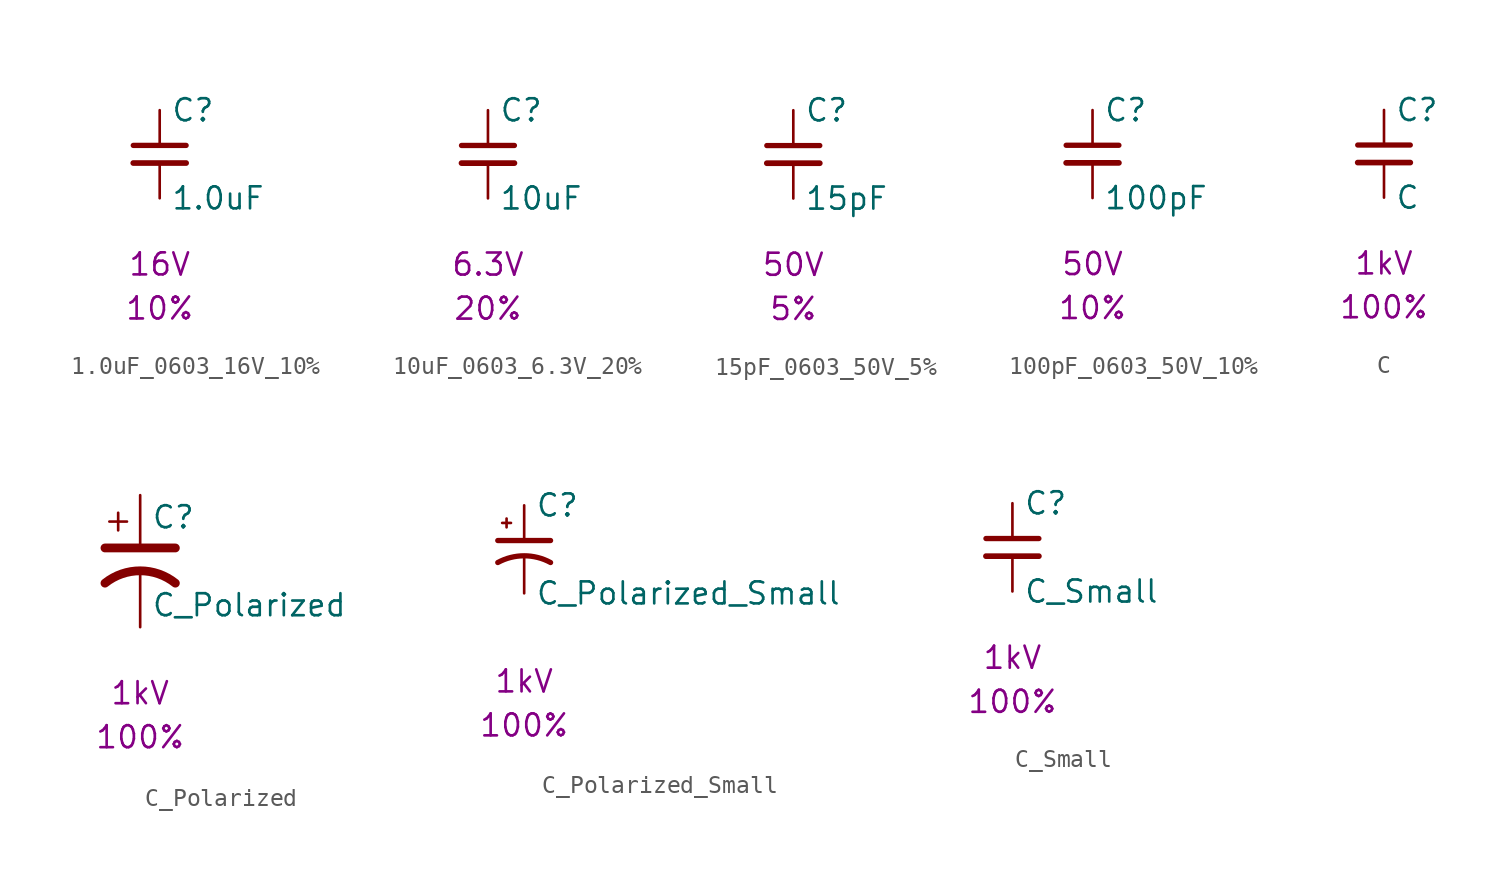
<source format=kicad_sym>
(kicad_symbol_lib
  (version 20231120)
  (generator "kicad_symbol_editor")
  (generator_version "8.0")
  (symbol "1.0uF_0603_16V_10%"
    (pin_numbers hide)
    (pin_names
      (offset 0.254))
    (property "Reference" "C"
      (at 0.635 2.54 0)
      (effects (font (size 1.27 1.27)) (justify left)))
    (property "Value" "1.0uF"
      (at 0.635 -2.54 0)
      (effects (font (size 1.27 1.27)) (justify left)))
    (property "Voltage" "16V"
      (at 0 -6.35 0)
      (effects (font (size 1.27 1.27))))
    (property "Tolerance" "10%"
      (at 0 -8.89 0)
      (effects (font (size 1.27 1.27))))
    (symbol "1.0uF_0603_16V_10%_0_1"
      (polyline (pts (xy -1.524 -0.508) (xy 1.524 -0.508)) (stroke (width 0.33) (type default)) (fill (type none)))
      (polyline (pts (xy -1.524 0.508) (xy 1.524 0.508)) (stroke (width 0.305) (type default)) (fill (type none))))
    (symbol "1.0uF_0603_16V_10%_1_1"
      (pin passive line (at 0 2.54 270) (length 2.032) (name "~" (effects (font (size 1.27 1.27)))) (number "1" (effects (font (size 1.27 1.27)))))
      (pin passive line (at 0 -2.54 90) (length 2.032) (name "~" (effects (font (size 1.27 1.27)))) (number "2" (effects (font (size 1.27 1.27)))))))
  (symbol "10uF_0603_6.3V_20%"
    (pin_numbers hide)
    (pin_names
      (offset 0.254))
    (property "Reference" "C"
      (at 0.635 2.54 0)
      (effects (font (size 1.27 1.27)) (justify left)))
    (property "Value" "10uF"
      (at 0.635 -2.54 0)
      (effects (font (size 1.27 1.27)) (justify left)))
    (property "Voltage" "6.3V"
      (at 0 -6.35 0)
      (effects (font (size 1.27 1.27))))
    (property "Tolerance" "20%"
      (at 0 -8.89 0)
      (effects (font (size 1.27 1.27))))
    (symbol "10uF_0603_6.3V_20%_0_1"
      (polyline (pts (xy -1.524 -0.508) (xy 1.524 -0.508)) (stroke (width 0.33) (type default)) (fill (type none)))
      (polyline (pts (xy -1.524 0.508) (xy 1.524 0.508)) (stroke (width 0.305) (type default)) (fill (type none))))
    (symbol "10uF_0603_6.3V_20%_1_1"
      (pin passive line (at 0 2.54 270) (length 2.032) (name "~" (effects (font (size 1.27 1.27)))) (number "1" (effects (font (size 1.27 1.27)))))
      (pin passive line (at 0 -2.54 90) (length 2.032) (name "~" (effects (font (size 1.27 1.27)))) (number "2" (effects (font (size 1.27 1.27)))))))
  (symbol "15pF_0603_50V_5%"
    (pin_numbers hide)
    (pin_names
      (offset 0.254))
    (property "Reference" "C"
      (at 0.635 2.54 0)
      (effects (font (size 1.27 1.27)) (justify left)))
    (property "Value" "15pF"
      (at 0.635 -2.54 0)
      (effects (font (size 1.27 1.27)) (justify left)))
    (property "Voltage" "50V"
      (at 0 -6.35 0)
      (effects (font (size 1.27 1.27))))
    (property "Tolerance" "5%"
      (at 0 -8.89 0)
      (effects (font (size 1.27 1.27))))
    (symbol "15pF_0603_50V_5%_0_1"
      (polyline (pts (xy -1.524 -0.508) (xy 1.524 -0.508)) (stroke (width 0.33) (type default)) (fill (type none)))
      (polyline (pts (xy -1.524 0.508) (xy 1.524 0.508)) (stroke (width 0.305) (type default)) (fill (type none))))
    (symbol "15pF_0603_50V_5%_1_1"
      (pin passive line (at 0 2.54 270) (length 2.032) (name "~" (effects (font (size 1.27 1.27)))) (number "1" (effects (font (size 1.27 1.27)))))
      (pin passive line (at 0 -2.54 90) (length 2.032) (name "~" (effects (font (size 1.27 1.27)))) (number "2" (effects (font (size 1.27 1.27)))))))
  (symbol "100pF_0603_50V_10%"
    (pin_numbers hide)
    (pin_names
      (offset 0.254))
    (property "Reference" "C"
      (at 0.635 2.54 0)
      (effects (font (size 1.27 1.27)) (justify left)))
    (property "Value" "100pF"
      (at 0.635 -2.54 0)
      (effects (font (size 1.27 1.27)) (justify left)))
    (property "Voltage" "50V"
      (at 0 -6.35 0)
      (effects (font (size 1.27 1.27))))
    (property "Tolerance" "10%"
      (at 0 -8.89 0)
      (effects (font (size 1.27 1.27))))
    (symbol "100pF_0603_50V_10%_0_1"
      (polyline (pts (xy -1.524 -0.508) (xy 1.524 -0.508)) (stroke (width 0.33) (type default)) (fill (type none)))
      (polyline (pts (xy -1.524 0.508) (xy 1.524 0.508)) (stroke (width 0.305) (type default)) (fill (type none))))
    (symbol "100pF_0603_50V_10%_1_1"
      (pin passive line (at 0 2.54 270) (length 2.032) (name "~" (effects (font (size 1.27 1.27)))) (number "1" (effects (font (size 1.27 1.27)))))
      (pin passive line (at 0 -2.54 90) (length 2.032) (name "~" (effects (font (size 1.27 1.27)))) (number "2" (effects (font (size 1.27 1.27)))))))
  (symbol "C"
    (pin_numbers hide)
    (pin_names
      (offset 0.254))
    (property "Reference" "C"
      (at 0.635 2.54 0)
      (effects (font (size 1.27 1.27)) (justify left)))
    (property "Value" "C"
      (at 0.635 -2.54 0)
      (effects (font (size 1.27 1.27)) (justify left)))
    (property "Voltage" "1kV"
      (at 0 -6.35 0)
      (effects (font (size 1.27 1.27))))
    (property "Tolerance" "100%"
      (at 0 -8.89 0)
      (effects (font (size 1.27 1.27))))
    (symbol "C_0_1"
      (polyline (pts (xy -1.524 -0.508) (xy 1.524 -0.508)) (stroke (width 0.33) (type default)) (fill (type none)))
      (polyline (pts (xy -1.524 0.508) (xy 1.524 0.508)) (stroke (width 0.305) (type default)) (fill (type none))))
    (symbol "C_1_1"
      (pin passive line (at 0 2.54 270) (length 2.032) (name "~" (effects (font (size 1.27 1.27)))) (number "1" (effects (font (size 1.27 1.27)))))
      (pin passive line (at 0 -2.54 90) (length 2.032) (name "~" (effects (font (size 1.27 1.27)))) (number "2" (effects (font (size 1.27 1.27)))))))
  (symbol "C_Polarized"
    (pin_numbers hide)
    (pin_names
      (offset 0.254) hide)
    (property "Reference" "C"
      (at 0.635 2.54 0)
      (effects (font (size 1.27 1.27)) (justify left)))
    (property "Value" "C_Polarized"
      (at 0.635 -2.54 0)
      (effects (font (size 1.27 1.27)) (justify left)))
    (property "Voltage" "1kV"
      (at 0 -7.62 0)
      (effects (font (size 1.27 1.27))))
    (property "Tolerance" "100%"
      (at 0 -10.16 0)
      (effects (font (size 1.27 1.27))))
    (symbol "C_Polarized_0_1"
      (polyline (pts (xy -2.032 0.762) (xy 2.032 0.762)) (stroke (width 0.508) (type default)) (fill (type none)))
      (polyline (pts (xy -1.778 2.286) (xy -0.762 2.286)) (stroke (width 0) (type default)) (fill (type none)))
      (polyline (pts (xy -1.27 1.778) (xy -1.27 2.794)) (stroke (width 0) (type default)) (fill (type none)))
      (arc (start 2.032 -1.27) (mid 0 -0.5572) (end -2.032 -1.27) (stroke (width 0.508) (type default)) (fill (type none))))
    (symbol "C_Polarized_1_1"
      (pin passive line (at 0 3.81 270) (length 2.794) (name "~" (effects (font (size 1.27 1.27)))) (number "1" (effects (font (size 1.27 1.27)))))
      (pin passive line (at 0 -3.81 90) (length 3.302) (name "~" (effects (font (size 1.27 1.27)))) (number "2" (effects (font (size 1.27 1.27)))))))
  (symbol "C_Polarized_Small"
    (pin_numbers hide)
    (pin_names
      (offset 0.254) hide)
    (property "Reference" "C"
      (at 0.635 2.54 0)
      (effects (font (size 1.27 1.27)) (justify left)))
    (property "Value" "C_Polarized_Small"
      (at 0.635 -2.54 0)
      (effects (font (size 1.27 1.27)) (justify left)))
    (property "Voltage" "1kV"
      (at 0 -7.62 0)
      (effects (font (size 1.27 1.27))))
    (property "Tolerance" "100%"
      (at 0 -10.16 0)
      (effects (font (size 1.27 1.27))))
    (symbol "C_Polarized_Small_0_1"
      (polyline (pts (xy -1.524 0.508) (xy 1.524 0.508)) (stroke (width 0.305) (type default)) (fill (type none)))
      (polyline (pts (xy -1.27 1.524) (xy -0.762 1.524)) (stroke (width 0) (type default)) (fill (type none)))
      (polyline (pts (xy -1.016 1.27) (xy -1.016 1.778)) (stroke (width 0) (type default)) (fill (type none)))
      (arc (start 1.524 -0.762) (mid 0 -0.3734) (end -1.524 -0.762) (stroke (width 0.3048) (type default)) (fill (type none))))
    (symbol "C_Polarized_Small_1_1"
      (pin passive line (at 0 2.54 270) (length 2.032) (name "~" (effects (font (size 1.27 1.27)))) (number "1" (effects (font (size 1.27 1.27)))))
      (pin passive line (at 0 -2.54 90) (length 2.032) (name "~" (effects (font (size 1.27 1.27)))) (number "2" (effects (font (size 1.27 1.27)))))))
  (symbol "C_Small"
    (pin_numbers hide)
    (pin_names
      (offset 0.254))
    (property "Reference" "C"
      (at 0.635 2.54 0)
      (effects (font (size 1.27 1.27)) (justify left)))
    (property "Value" "C_Small"
      (at 0.635 -2.54 0)
      (effects (font (size 1.27 1.27)) (justify left)))
    (property "Voltage" "1kV"
      (at 0 -6.35 0)
      (effects (font (size 1.27 1.27))))
    (property "Tolerance" "100%"
      (at 0 -8.89 0)
      (effects (font (size 1.27 1.27))))
    (symbol "C_Small_0_1"
      (polyline (pts (xy -1.524 -0.508) (xy 1.524 -0.508)) (stroke (width 0.33) (type default)) (fill (type none)))
      (polyline (pts (xy -1.524 0.508) (xy 1.524 0.508)) (stroke (width 0.305) (type default)) (fill (type none))))
    (symbol "C_Small_1_1"
      (pin passive line (at 0 2.54 270) (length 2.032) (name "~" (effects (font (size 1.27 1.27)))) (number "1" (effects (font (size 1.27 1.27)))))
      (pin passive line (at 0 -2.54 90) (length 2.032) (name "~" (effects (font (size 1.27 1.27)))) (number "2" (effects (font (size 1.27 1.27))))))))
</source>
